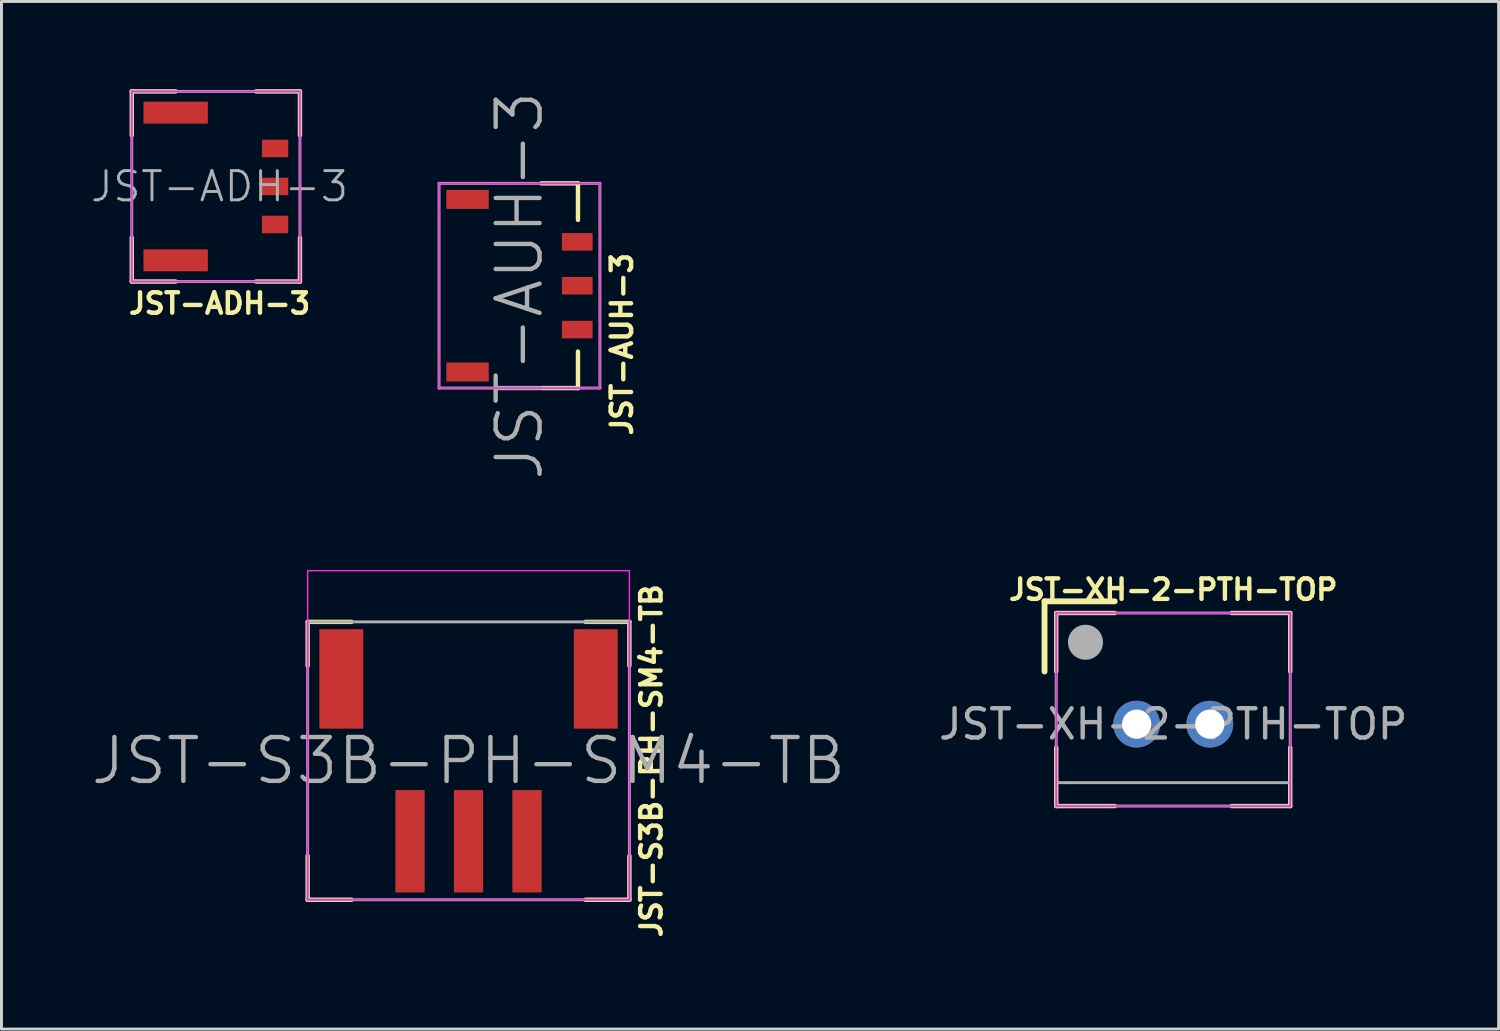
<source format=kicad_pcb>
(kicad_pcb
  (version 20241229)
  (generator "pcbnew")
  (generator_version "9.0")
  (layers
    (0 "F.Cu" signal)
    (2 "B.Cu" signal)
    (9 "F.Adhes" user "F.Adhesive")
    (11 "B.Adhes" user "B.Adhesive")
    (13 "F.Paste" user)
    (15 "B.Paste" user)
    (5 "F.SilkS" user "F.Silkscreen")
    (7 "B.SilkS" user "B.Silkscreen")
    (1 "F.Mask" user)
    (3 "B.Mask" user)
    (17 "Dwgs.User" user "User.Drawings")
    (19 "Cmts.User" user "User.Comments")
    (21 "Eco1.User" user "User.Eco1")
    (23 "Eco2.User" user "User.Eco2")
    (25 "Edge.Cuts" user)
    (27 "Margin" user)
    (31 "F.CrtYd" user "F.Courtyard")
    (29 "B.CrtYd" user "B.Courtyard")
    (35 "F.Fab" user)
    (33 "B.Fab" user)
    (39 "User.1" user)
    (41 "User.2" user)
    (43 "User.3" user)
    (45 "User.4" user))
  (footprint "JST-ADH-3"
    (layer "F.Cu")
    (at 4.455 3.325)
    (property "Reference" "JST-ADH-3" (at 0 4 0) (layer "F.SilkS") (effects (font (size 0.7 0.7) (thickness 0.15))))
    (attr through_hole)
    (fp_line (start -3 -3.25) (end -3 -1.75) (stroke (width 0.15) (type solid)) (layer "F.SilkS"))
    (fp_line (start -3 -3.25) (end -1.5 -3.25) (stroke (width 0.15) (type solid)) (layer "F.SilkS"))
    (fp_line (start -3 3.25) (end -3 1.75) (stroke (width 0.15) (type solid)) (layer "F.SilkS"))
    (fp_line (start -3 3.25) (end -1.5 3.25) (stroke (width 0.15) (type solid)) (layer "F.SilkS"))
    (fp_line (start 1.25 -3.25) (end 2.75 -3.25) (stroke (width 0.15) (type solid)) (layer "F.SilkS"))
    (fp_line (start 1.25 3.25) (end 2.75 3.25) (stroke (width 0.15) (type solid)) (layer "F.SilkS"))
    (fp_line (start 2.75 -3.25) (end 2.75 -1.75) (stroke (width 0.15) (type solid)) (layer "F.SilkS"))
    (fp_line (start 2.75 3.25) (end 2.75 1.75) (stroke (width 0.15) (type solid)) (layer "F.SilkS"))
    (fp_line (start -3 -3.25) (end -3 3.25) (stroke (width 0.05) (type solid)) (layer "F.CrtYd"))
    (fp_line (start -3 -3.25) (end 2.75 -3.25) (stroke (width 0.05) (type solid)) (layer "F.CrtYd"))
    (fp_line (start -3 3.25) (end 2.75 3.25) (stroke (width 0.05) (type solid)) (layer "F.CrtYd"))
    (fp_line (start 2.75 3.25) (end 2.75 -3.25) (stroke (width 0.05) (type solid)) (layer "F.CrtYd"))
    (fp_line (start -3 -3.25) (end 2.75 -3.25) (stroke (width 0.1) (type solid)) (layer "F.Fab"))
    (fp_line (start -3 3.25) (end -3 -3.25) (stroke (width 0.1) (type solid)) (layer "F.Fab"))
    (fp_line (start -3 3.25) (end 2.75 3.25) (stroke (width 0.1) (type solid)) (layer "F.Fab"))
    (fp_line (start 2.75 -3.25) (end 2.75 3.25) (stroke (width 0.1) (type solid)) (layer "F.Fab"))
    (fp_text user "${REFERENCE}" (at 0 0 0) (layer "F.Fab") (effects (font (size 1 1) (thickness 0.1))))
    (pad "" smd rect (at -1.5 -2.525) (size 2.2 0.75) (layers "F.Cu" "F.Mask" "F.Paste"))
    (pad "" smd rect (at -1.5 2.525 180) (size 2.2 0.75) (layers "F.Cu" "F.Mask" "F.Paste"))
    (pad "1" smd rect (at 1.9 -1.3) (size 0.9 0.6) (layers "F.Cu" "F.Mask" "F.Paste"))
    (pad "2" smd rect (at 1.9 0) (size 0.9 0.6) (layers "F.Cu" "F.Mask" "F.Paste"))
    (pad "3" smd rect (at 1.9 1.3 180) (size 0.9 0.6) (layers "F.Cu" "F.Mask" "F.Paste")))
  (footprint "JST-AUH-3"
    (layer "F.Cu")
    (at 14.71 6.718)
    (property "Reference" "JST-AUH-3" (at 3.5 2 90) (layer "F.SilkS") (effects (font (size 0.7 0.7) (thickness 0.15))))
    (attr through_hole)
    (fp_line (start 2 -3.5) (end 0.75 -3.5) (stroke (width 0.15) (type solid)) (layer "F.SilkS"))
    (fp_line (start 2 -3.5) (end 2 -2.25) (stroke (width 0.15) (type solid)) (layer "F.SilkS"))
    (fp_line (start 2 3.5) (end 0.75 3.5) (stroke (width 0.15) (type solid)) (layer "F.SilkS"))
    (fp_line (start 2 3.5) (end 2 2.25) (stroke (width 0.15) (type solid)) (layer "F.SilkS"))
    (fp_line (start -2.75 -3.5) (end 2.75 -3.5) (stroke (width 0.05) (type solid)) (layer "F.CrtYd"))
    (fp_line (start -2.75 3.5) (end -2.75 -3.5) (stroke (width 0.05) (type solid)) (layer "F.CrtYd"))
    (fp_line (start 2.75 -3.5) (end 2.75 3.5) (stroke (width 0.05) (type solid)) (layer "F.CrtYd"))
    (fp_line (start 2.75 3.5) (end -2.75 3.5) (stroke (width 0.05) (type solid)) (layer "F.CrtYd"))
    (fp_line (start -2.75 -3.5) (end 2.75 -3.5) (stroke (width 0.1) (type solid)) (layer "F.Fab"))
    (fp_line (start -2.75 3.5) (end -2.75 -3.5) (stroke (width 0.1) (type solid)) (layer "F.Fab"))
    (fp_line (start 2.75 -3.5) (end 2.75 3.5) (stroke (width 0.1) (type solid)) (layer "F.Fab"))
    (fp_line (start 2.75 3.5) (end -2.75 3.5) (stroke (width 0.1) (type solid)) (layer "F.Fab"))
    (fp_text user "${REFERENCE}" (at 0 0 90) (layer "F.Fab") (effects (font (size 1.5 1.5) (thickness 0.15))))
    (pad "" smd rect (at -1.775 -2.95) (size 1.45 0.65) (layers "F.Cu" "F.Mask" "F.Paste"))
    (pad "" smd rect (at -1.775 2.95) (size 1.45 0.65) (layers "F.Cu" "F.Mask" "F.Paste"))
    (pad "1" smd rect (at 1.975 -1.5) (size 1.05 0.6) (layers "F.Cu" "F.Mask" "F.Paste"))
    (pad "2" smd rect (at 1.975 0) (size 1.05 0.6) (layers "F.Cu" "F.Mask" "F.Paste"))
    (pad "3" smd rect (at 1.975 1.5) (size 1.05 0.6) (layers "F.Cu" "F.Mask" "F.Paste")))
  (footprint "JST-XH-2-PTH-TOP"
    (layer "F.Cu")
    (at 37.061 21.708)
    (property "Reference" "JST-XH-2-PTH-TOP" (at 0 -4.6 0) (layer "F.SilkS") (effects (font (size 0.7 0.7) (thickness 0.15))))
    (attr through_hole)
    (fp_line (start -4.4 -4.2) (end -4.4 -1.8) (stroke (width 0.2) (type solid)) (layer "F.SilkS"))
    (fp_line (start -4.4 -4.2) (end -2 -4.2) (stroke (width 0.2) (type solid)) (layer "F.SilkS"))
    (fp_line (start -4 -3.8) (end -4 -1.8) (stroke (width 0.15) (type solid)) (layer "F.SilkS"))
    (fp_line (start -4 0.8) (end -4 2.8) (stroke (width 0.15) (type solid)) (layer "F.SilkS"))
    (fp_line (start -4 2.8) (end -2 2.8) (stroke (width 0.15) (type solid)) (layer "F.SilkS"))
    (fp_line (start -2 -3.8) (end -4 -3.8) (stroke (width 0.15) (type solid)) (layer "F.SilkS"))
    (fp_line (start 2 2.8) (end 4 2.8) (stroke (width 0.15) (type solid)) (layer "F.SilkS"))
    (fp_line (start 4 -3.8) (end 2 -3.8) (stroke (width 0.15) (type solid)) (layer "F.SilkS"))
    (fp_line (start 4 -1.8) (end 4 -3.8) (stroke (width 0.15) (type solid)) (layer "F.SilkS"))
    (fp_line (start 4 2.8) (end 4 0.8) (stroke (width 0.15) (type solid)) (layer "F.SilkS"))
    (fp_line (start -4 -3.8) (end 4 -3.8) (stroke (width 0.05) (type solid)) (layer "F.CrtYd"))
    (fp_line (start -4 2.8) (end -4 -3.8) (stroke (width 0.05) (type solid)) (layer "F.CrtYd"))
    (fp_line (start 4 -3.8) (end 4 2.8) (stroke (width 0.05) (type solid)) (layer "F.CrtYd"))
    (fp_line (start 4 2.8) (end -4 2.8) (stroke (width 0.05) (type solid)) (layer "F.CrtYd"))
    (fp_line (start -4 -3.8) (end 4 -3.8) (stroke (width 0.1) (type solid)) (layer "F.Fab"))
    (fp_line (start -4 2) (end 4 2) (stroke (width 0.1) (type solid)) (layer "F.Fab"))
    (fp_line (start -4 2.8) (end -4 -3.8) (stroke (width 0.1) (type solid)) (layer "F.Fab"))
    (fp_line (start 4 -3.8) (end 4 2.8) (stroke (width 0.1) (type solid)) (layer "F.Fab"))
    (fp_line (start 4 2.8) (end -4 2.8) (stroke (width 0.1) (type solid)) (layer "F.Fab"))
    (fp_circle (center -3 -2.8) (end -2.7 -2.8) (stroke (width 0.6) (type solid)) (fill no) (layer "F.Fab"))
    (fp_text user "${REFERENCE}" (at 0 0 0) (layer "F.Fab") (effects (font (size 1 1) (thickness 0.15))))
    (pad "1" thru_hole circle (at -1.25 0) (size 1.6 1.6) (drill 1) (layers "*.Cu" "*.Mask"))
    (pad "2" thru_hole circle (at 1.25 0) (size 1.6 1.6) (drill 1) (layers "*.Cu" "*.Mask")))
  (footprint "JST-S3B-PH-SM4-TB"
    (layer "F.Cu")
    (at 12.968 22.961)
    (property "Reference" "JST-S3B-PH-SM4-TB" (at 6.25 0 90) (layer "F.SilkS") (effects (font (size 0.7 0.7) (thickness 0.15))))
    (attr smd)
    (fp_line (start -5.5 -4.75) (end -5.5 -3.25) (stroke (width 0.15) (type solid)) (layer "F.SilkS"))
    (fp_line (start -5.5 3.25) (end -5.5 4.75) (stroke (width 0.15) (type solid)) (layer "F.SilkS"))
    (fp_line (start -5.5 4.75) (end -4 4.75) (stroke (width 0.15) (type solid)) (layer "F.SilkS"))
    (fp_line (start -4 -4.75) (end -5.5 -4.75) (stroke (width 0.15) (type solid)) (layer "F.SilkS"))
    (fp_line (start 4 4.75) (end 5.5 4.75) (stroke (width 0.15) (type solid)) (layer "F.SilkS"))
    (fp_line (start 5.5 -4.75) (end 4 -4.75) (stroke (width 0.15) (type solid)) (layer "F.SilkS"))
    (fp_line (start 5.5 -3.25) (end 5.5 -4.75) (stroke (width 0.15) (type solid)) (layer "F.SilkS"))
    (fp_line (start 5.5 4.75) (end 5.5 3.25) (stroke (width 0.15) (type solid)) (layer "F.SilkS"))
    (fp_line (start -5.5 -6.5) (end 5.5 -6.5) (stroke (width 0.05) (type solid)) (layer "F.CrtYd"))
    (fp_line (start -5.5 4.75) (end -5.5 -6.5) (stroke (width 0.05) (type solid)) (layer "F.CrtYd"))
    (fp_line (start 5.5 -6.5) (end 5.5 4.75) (stroke (width 0.05) (type solid)) (layer "F.CrtYd"))
    (fp_line (start 5.5 4.75) (end -5.5 4.75) (stroke (width 0.05) (type solid)) (layer "F.CrtYd"))
    (fp_line (start -5.5 -4.75) (end -5.5 4.75) (stroke (width 0.1) (type solid)) (layer "F.Fab"))
    (fp_line (start -5.5 4.75) (end 5.5 4.75) (stroke (width 0.1) (type solid)) (layer "F.Fab"))
    (fp_line (start 5.5 -4.75) (end -5.5 -4.75) (stroke (width 0.1) (type solid)) (layer "F.Fab"))
    (fp_line (start 5.5 4.75) (end 5.5 -4.75) (stroke (width 0.1) (type solid)) (layer "F.Fab"))
    (fp_text user "${REFERENCE}" (at 0 0 0) (layer "F.Fab") (effects (font (size 1.5 1.5) (thickness 0.15))))
    (pad "" smd rect (at -4.35 -2.8) (size 1.5 3.4) (layers "F.Cu" "F.Mask" "F.Paste"))
    (pad "" smd rect (at 4.35 -2.8) (size 1.5 3.4) (layers "F.Cu" "F.Mask" "F.Paste"))
    (pad "1" smd rect (at 2 2.75) (size 1 3.5) (layers "F.Cu" "F.Mask" "F.Paste"))
    (pad "2" smd rect (at 0 2.75) (size 1 3.5) (layers "F.Cu" "F.Mask" "F.Paste"))
    (pad "3" smd rect (at -2 2.75) (size 1 3.5) (layers "F.Cu" "F.Mask" "F.Paste")))
  (gr_rect
    (start -3 -3)
    (end 48.186 32.132)
    (stroke (width 0.1) (type default))
    (fill no)
    (layer "Edge.Cuts")))
</source>
